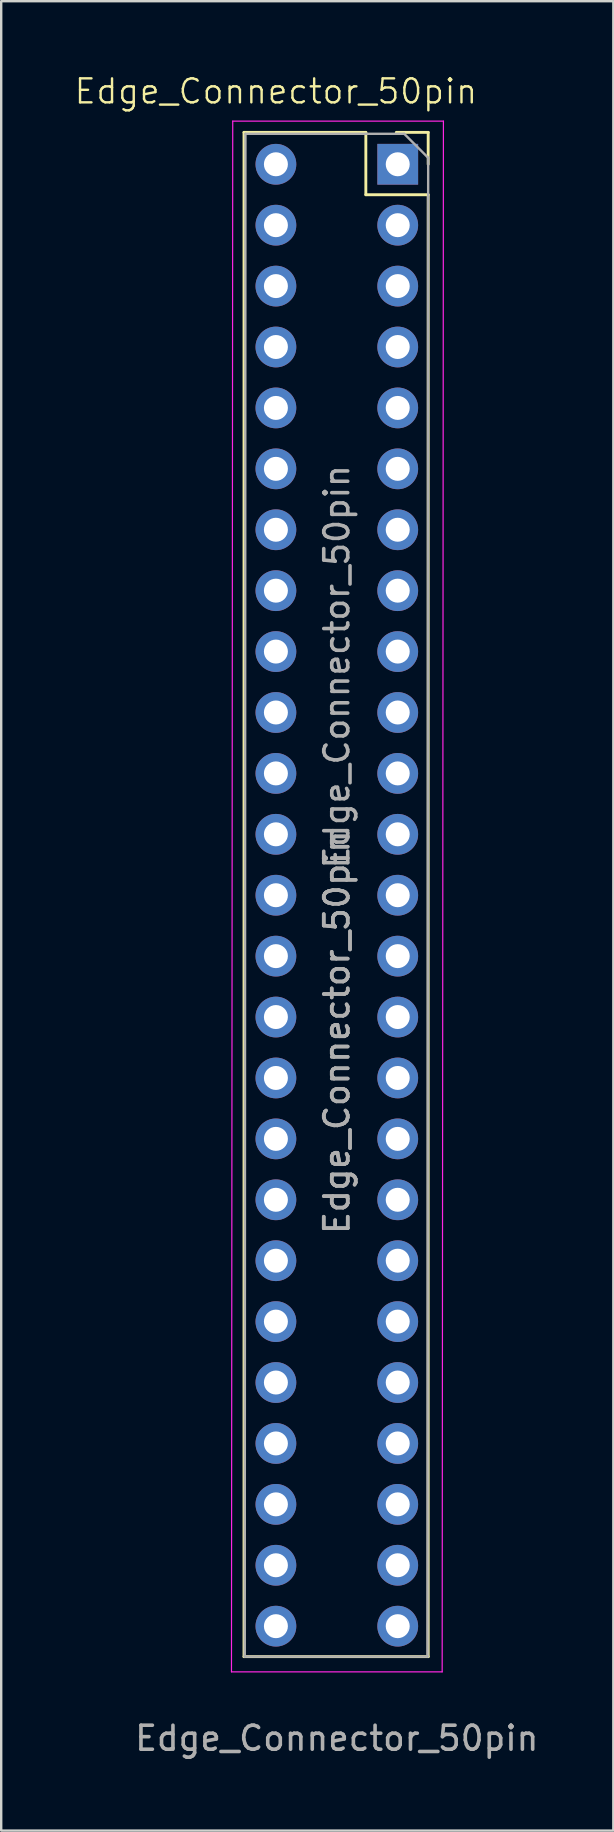
<source format=kicad_pcb>
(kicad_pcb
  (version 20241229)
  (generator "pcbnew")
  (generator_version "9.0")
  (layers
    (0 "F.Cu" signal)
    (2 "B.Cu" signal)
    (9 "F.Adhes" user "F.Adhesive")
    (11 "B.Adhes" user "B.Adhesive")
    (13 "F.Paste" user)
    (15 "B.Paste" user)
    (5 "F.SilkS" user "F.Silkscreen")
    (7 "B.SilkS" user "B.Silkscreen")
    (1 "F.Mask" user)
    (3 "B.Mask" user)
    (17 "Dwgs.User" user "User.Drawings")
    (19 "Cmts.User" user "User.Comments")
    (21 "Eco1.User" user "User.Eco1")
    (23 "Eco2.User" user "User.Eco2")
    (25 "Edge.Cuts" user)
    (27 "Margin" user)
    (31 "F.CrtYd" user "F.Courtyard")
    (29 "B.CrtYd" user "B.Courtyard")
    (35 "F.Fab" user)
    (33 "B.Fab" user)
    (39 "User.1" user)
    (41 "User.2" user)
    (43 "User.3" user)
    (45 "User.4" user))
  (footprint "Edge_Connector_50pin"
    (layer "F.Cu")
    (at 8.455 1.26)
    (property "Reference" "Edge_Connector_50pin" (at 0 -0.5 0) (unlocked yes) (layer "F.SilkS") (effects (font (size 1 1) (thickness 0.1))))
    (attr through_hole)
    (fp_line (start -1.33 1.21) (end -1.33 64.77) (stroke (width 0.12) (type solid)) (layer "F.SilkS"))
    (fp_line (start -1.33 1.21) (end 3.75 1.21) (stroke (width 0.12) (type solid)) (layer "F.SilkS"))
    (fp_line (start -1.33 64.77) (end 6.35 64.77) (stroke (width 0.12) (type solid)) (layer "F.SilkS"))
    (fp_line (start 3.75 1.21) (end 3.75 3.81) (stroke (width 0.12) (type solid)) (layer "F.SilkS"))
    (fp_line (start 3.75 3.81) (end 6.35 3.81) (stroke (width 0.12) (type solid)) (layer "F.SilkS"))
    (fp_line (start 5.02 1.21) (end 6.35 1.21) (stroke (width 0.12) (type solid)) (layer "F.SilkS"))
    (fp_line (start 6.35 1.21) (end 6.35 2.54) (stroke (width 0.12) (type solid)) (layer "F.SilkS"))
    (fp_line (start 6.35 3.81) (end 6.35 64.77) (stroke (width 0.12) (type solid)) (layer "F.SilkS"))
    (fp_line (start -1.853 65.405) (end -1.8 0.74) (stroke (width 0.05) (type solid)) (layer "F.CrtYd"))
    (fp_line (start -1.853 65.405) (end 6.933 65.405) (stroke (width 0.05) (type default)) (layer "F.CrtYd"))
    (fp_line (start -1.8 0.74) (end 6.985 0.74) (stroke (width 0.05) (type solid)) (layer "F.CrtYd"))
    (fp_line (start 6.985 0.74) (end 6.933 65.405) (stroke (width 0.05) (type solid)) (layer "F.CrtYd"))
    (fp_line (start -1.3 64.77) (end -1.27 1.27) (stroke (width 0.1) (type solid)) (layer "F.Fab"))
    (fp_line (start -1.27 1.27) (end 5.35 1.27) (stroke (width 0.1) (type solid)) (layer "F.Fab"))
    (fp_line (start 5.35 1.27) (end 6.35 2.27) (stroke (width 0.1) (type solid)) (layer "F.Fab"))
    (fp_line (start 6.32 64.77) (end -1.3 64.77) (stroke (width 0.1) (type solid)) (layer "F.Fab"))
    (fp_line (start 6.35 2.27) (end 6.32 64.77) (stroke (width 0.1) (type solid)) (layer "F.Fab"))
    (fp_text user "${REFERENCE}" (at 2.54 23.495 90) (layer "F.Fab") (effects (font (size 1 1) (thickness 0.15))))
    (fp_text user "${REFERENCE}" (at 2.54 38.735 90) (layer "F.Fab") (effects (font (size 1 1) (thickness 0.15))))
    (fp_text user "${REFERENCE}" (at 2.54 38.735 90) (layer "F.Fab") (effects (font (size 1 1) (thickness 0.15))))
    (fp_text user "${REFERENCE}" (at 2.54 68.175 0) (unlocked yes) (layer "F.Fab") (effects (font (size 1 1) (thickness 0.15))))
    (pad "1" thru_hole rect (at 5.08 2.54) (size 1.7 1.7) (drill 1) (layers "*.Cu" "*.Mask"))
    (pad "2" thru_hole oval (at 0 2.54) (size 1.7 1.7) (drill 1) (layers "*.Cu" "*.Mask"))
    (pad "3" thru_hole oval (at 5.08 5.08) (size 1.7 1.7) (drill 1) (layers "*.Cu" "*.Mask"))
    (pad "4" thru_hole oval (at 0 5.08) (size 1.7 1.7) (drill 1) (layers "*.Cu" "*.Mask"))
    (pad "5" thru_hole oval (at 5.08 7.62) (size 1.7 1.7) (drill 1) (layers "*.Cu" "*.Mask"))
    (pad "6" thru_hole oval (at 0 7.62) (size 1.7 1.7) (drill 1) (layers "*.Cu" "*.Mask"))
    (pad "7" thru_hole oval (at 5.08 10.16) (size 1.7 1.7) (drill 1) (layers "*.Cu" "*.Mask"))
    (pad "8" thru_hole oval (at 0 10.16) (size 1.7 1.7) (drill 1) (layers "*.Cu" "*.Mask"))
    (pad "9" thru_hole oval (at 5.08 12.7) (size 1.7 1.7) (drill 1) (layers "*.Cu" "*.Mask"))
    (pad "10" thru_hole oval (at 0 12.7) (size 1.7 1.7) (drill 1) (layers "*.Cu" "*.Mask"))
    (pad "11" thru_hole oval (at 5.08 15.24) (size 1.7 1.7) (drill 1) (layers "*.Cu" "*.Mask"))
    (pad "12" thru_hole oval (at 0 15.24) (size 1.7 1.7) (drill 1) (layers "*.Cu" "*.Mask"))
    (pad "13" thru_hole oval (at 5.08 17.78) (size 1.7 1.7) (drill 1) (layers "*.Cu" "*.Mask"))
    (pad "14" thru_hole oval (at 0 17.78) (size 1.7 1.7) (drill 1) (layers "*.Cu" "*.Mask"))
    (pad "15" thru_hole oval (at 5.08 20.32) (size 1.7 1.7) (drill 1) (layers "*.Cu" "*.Mask"))
    (pad "16" thru_hole oval (at 0 20.32) (size 1.7 1.7) (drill 1) (layers "*.Cu" "*.Mask"))
    (pad "17" thru_hole oval (at 5.08 22.86) (size 1.7 1.7) (drill 1) (layers "*.Cu" "*.Mask"))
    (pad "18" thru_hole oval (at 0 22.86) (size 1.7 1.7) (drill 1) (layers "*.Cu" "*.Mask"))
    (pad "19" thru_hole oval (at 5.08 25.4) (size 1.7 1.7) (drill 1) (layers "*.Cu" "*.Mask"))
    (pad "20" thru_hole oval (at 0 25.4) (size 1.7 1.7) (drill 1) (layers "*.Cu" "*.Mask"))
    (pad "21" thru_hole oval (at 5.08 27.94) (size 1.7 1.7) (drill 1) (layers "*.Cu" "*.Mask"))
    (pad "22" thru_hole oval (at 0 27.94) (size 1.7 1.7) (drill 1) (layers "*.Cu" "*.Mask"))
    (pad "23" thru_hole oval (at 5.08 30.48) (size 1.7 1.7) (drill 1) (layers "*.Cu" "*.Mask"))
    (pad "24" thru_hole oval (at 0 30.48) (size 1.7 1.7) (drill 1) (layers "*.Cu" "*.Mask"))
    (pad "25" thru_hole oval (at 5.08 33.02) (size 1.7 1.7) (drill 1) (layers "*.Cu" "*.Mask"))
    (pad "26" thru_hole oval (at 0 33.02) (size 1.7 1.7) (drill 1) (layers "*.Cu" "*.Mask"))
    (pad "27" thru_hole oval (at 5.08 35.56) (size 1.7 1.7) (drill 1) (layers "*.Cu" "*.Mask"))
    (pad "28" thru_hole oval (at 0 35.56) (size 1.7 1.7) (drill 1) (layers "*.Cu" "*.Mask"))
    (pad "29" thru_hole oval (at 5.08 38.1) (size 1.7 1.7) (drill 1) (layers "*.Cu" "*.Mask"))
    (pad "30" thru_hole oval (at 0 38.1) (size 1.7 1.7) (drill 1) (layers "*.Cu" "*.Mask"))
    (pad "31" thru_hole oval (at 5.08 40.64) (size 1.7 1.7) (drill 1) (layers "*.Cu" "*.Mask"))
    (pad "32" thru_hole oval (at 0 40.64) (size 1.7 1.7) (drill 1) (layers "*.Cu" "*.Mask"))
    (pad "33" thru_hole oval (at 5.08 43.18) (size 1.7 1.7) (drill 1) (layers "*.Cu" "*.Mask"))
    (pad "34" thru_hole oval (at 0 43.18) (size 1.7 1.7) (drill 1) (layers "*.Cu" "*.Mask"))
    (pad "35" thru_hole oval (at 5.08 45.72) (size 1.7 1.7) (drill 1) (layers "*.Cu" "*.Mask"))
    (pad "36" thru_hole oval (at 0 45.72) (size 1.7 1.7) (drill 1) (layers "*.Cu" "*.Mask"))
    (pad "37" thru_hole oval (at 5.08 48.26) (size 1.7 1.7) (drill 1) (layers "*.Cu" "*.Mask"))
    (pad "38" thru_hole oval (at 0 48.26) (size 1.7 1.7) (drill 1) (layers "*.Cu" "*.Mask"))
    (pad "39" thru_hole oval (at 5.08 50.8) (size 1.7 1.7) (drill 1) (layers "*.Cu" "*.Mask"))
    (pad "40" thru_hole oval (at 0 50.8) (size 1.7 1.7) (drill 1) (layers "*.Cu" "*.Mask"))
    (pad "41" thru_hole oval (at 5.08 53.34) (size 1.7 1.7) (drill 1) (layers "*.Cu" "*.Mask"))
    (pad "42" thru_hole oval (at 0 53.34) (size 1.7 1.7) (drill 1) (layers "*.Cu" "*.Mask"))
    (pad "43" thru_hole oval (at 5.08 55.88) (size 1.7 1.7) (drill 1) (layers "*.Cu" "*.Mask"))
    (pad "44" thru_hole oval (at 0 55.88) (size 1.7 1.7) (drill 1) (layers "*.Cu" "*.Mask"))
    (pad "45" thru_hole oval (at 5.08 58.42) (size 1.7 1.7) (drill 1) (layers "*.Cu" "*.Mask"))
    (pad "46" thru_hole oval (at 0 58.42) (size 1.7 1.7) (drill 1) (layers "*.Cu" "*.Mask"))
    (pad "47" thru_hole oval (at 5.08 60.96) (size 1.7 1.7) (drill 1) (layers "*.Cu" "*.Mask"))
    (pad "48" thru_hole oval (at 0 60.96) (size 1.7 1.7) (drill 1) (layers "*.Cu" "*.Mask"))
    (pad "49" thru_hole oval (at 5.08 63.5) (size 1.7 1.7) (drill 1) (layers "*.Cu" "*.Mask"))
    (pad "50" thru_hole oval (at 0 63.5) (size 1.7 1.7) (drill 1) (layers "*.Cu" "*.Mask")))
  (gr_rect
    (start -3 -3)
    (end 22.525 73.284)
    (stroke (width 0.1) (type default))
    (fill no)
    (layer "Edge.Cuts")))
</source>
